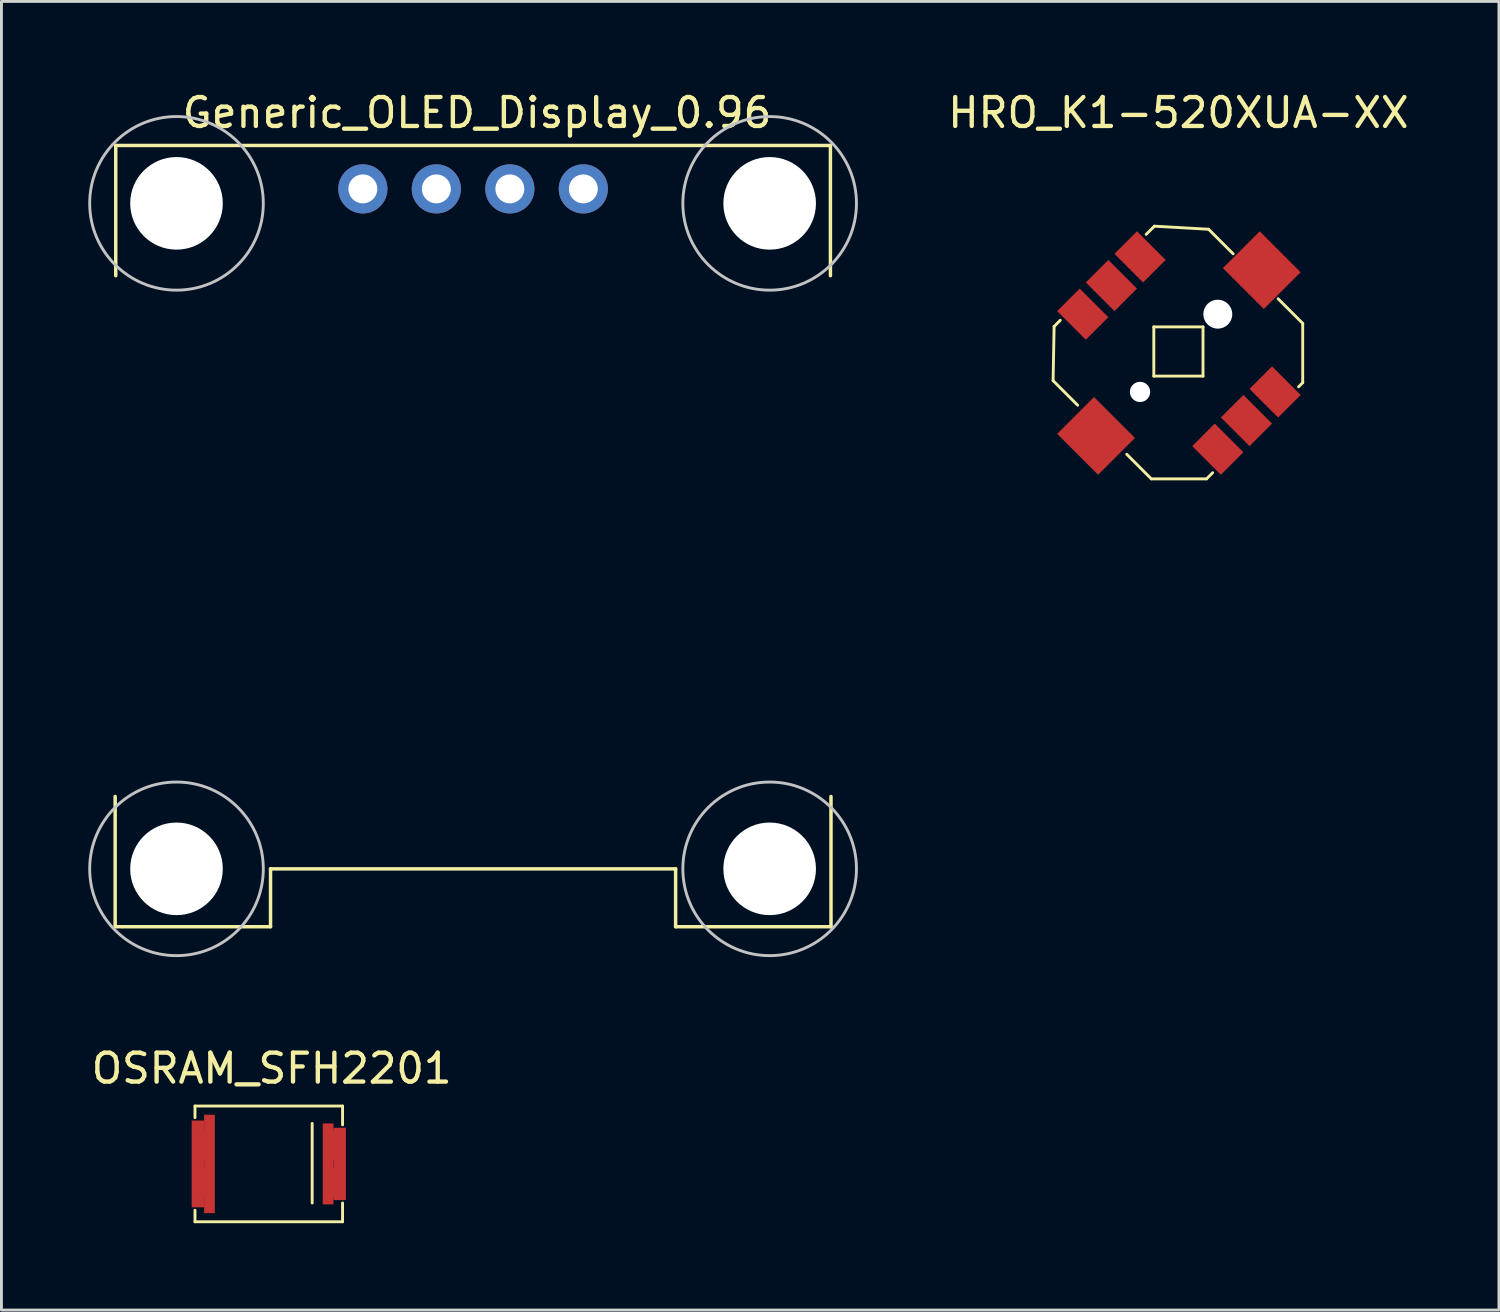
<source format=kicad_pcb>
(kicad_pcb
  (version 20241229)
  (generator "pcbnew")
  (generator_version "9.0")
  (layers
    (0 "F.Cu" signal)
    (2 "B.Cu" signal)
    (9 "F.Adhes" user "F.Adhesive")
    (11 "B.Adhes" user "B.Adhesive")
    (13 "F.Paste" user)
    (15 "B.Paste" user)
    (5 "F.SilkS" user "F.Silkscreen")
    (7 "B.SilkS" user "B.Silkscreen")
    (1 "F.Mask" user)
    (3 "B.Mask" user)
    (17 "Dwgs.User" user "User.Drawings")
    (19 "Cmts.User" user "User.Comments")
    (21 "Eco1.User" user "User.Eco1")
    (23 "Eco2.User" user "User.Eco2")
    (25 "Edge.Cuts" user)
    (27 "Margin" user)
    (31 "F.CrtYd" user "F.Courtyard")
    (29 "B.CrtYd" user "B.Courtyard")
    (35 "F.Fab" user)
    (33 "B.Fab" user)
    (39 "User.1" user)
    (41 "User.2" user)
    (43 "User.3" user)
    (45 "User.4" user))
  (footprint "Generic_OLED_Display_0.96"
    (layer "F.Cu")
    (at 13.3 15.478)
    (property "Reference" "Generic_OLED_Display_0.96" (at 0.135 -14.63 0) (layer "F.SilkS") (effects (font (size 1 1) (thickness 0.15))))
    (attr through_hole)
    (fp_line (start -12.37 13.5) (end -12.37 9) (stroke (width 0.12) (type solid)) (layer "F.SilkS"))
    (fp_line (start -12.35 -13.5) (end -12.35 -9) (stroke (width 0.12) (type solid)) (layer "F.SilkS"))
    (fp_line (start -7 11.5) (end 7 11.5) (stroke (width 0.12) (type solid)) (layer "F.SilkS"))
    (fp_line (start -7 13.5) (end -12.35 13.5) (stroke (width 0.12) (type solid)) (layer "F.SilkS"))
    (fp_line (start -7 13.5) (end -7 11.5) (stroke (width 0.12) (type solid)) (layer "F.SilkS"))
    (fp_line (start 7 11.5) (end 7 13.5) (stroke (width 0.12) (type solid)) (layer "F.SilkS"))
    (fp_line (start 7 13.5) (end 12.37 13.5) (stroke (width 0.12) (type solid)) (layer "F.SilkS"))
    (fp_line (start 12.35 -13.5) (end -12.35 -13.5) (stroke (width 0.12) (type solid)) (layer "F.SilkS"))
    (fp_line (start 12.35 -13.5) (end 12.35 -9) (stroke (width 0.12) (type solid)) (layer "F.SilkS"))
    (fp_line (start 12.37 13.5) (end 12.37 9) (stroke (width 0.12) (type solid)) (layer "F.SilkS"))
    (fp_circle (center -10.25 -11.5) (end -7.25 -11.5) (stroke (width 0.1) (type solid)) (fill no) (layer "Dwgs.User"))
    (fp_circle (center -10.25 11.5) (end -7.25 11.5) (stroke (width 0.1) (type solid)) (fill no) (layer "Dwgs.User"))
    (fp_circle (center 10.25 -11.5) (end 13.25 -11.5) (stroke (width 0.1) (type solid)) (fill no) (layer "Dwgs.User"))
    (fp_circle (center 10.25 11.5) (end 13.25 11.5) (stroke (width 0.1) (type solid)) (fill no) (layer "Dwgs.User"))
    (pad "" np_thru_hole circle (at -10.25 -11.5) (size 3.2 3.2) (drill 3.2) (layers "*.Cu" "*.Mask"))
    (pad "" np_thru_hole circle (at -10.25 11.5 180) (size 3.2 3.2) (drill 3.2) (layers "*.Cu" "*.Mask"))
    (pad "" np_thru_hole circle (at 10.25 -11.5) (size 3.2 3.2) (drill 3.2) (layers "*.Cu" "*.Mask"))
    (pad "" np_thru_hole circle (at 10.25 11.5 180) (size 3.2 3.2) (drill 3.2) (layers "*.Cu" "*.Mask"))
    (pad "1" thru_hole circle (at -3.81 -12) (size 1.7 1.7) (drill 1) (layers "*.Cu" "*.Mask"))
    (pad "2" thru_hole circle (at -1.27 -12) (size 1.7 1.7) (drill 1) (layers "*.Cu" "*.Mask"))
    (pad "3" thru_hole circle (at 1.27 -12) (size 1.7 1.7) (drill 1) (layers "*.Cu" "*.Mask"))
    (pad "4" thru_hole circle (at 3.81 -12) (size 1.7 1.7) (drill 1) (layers "*.Cu" "*.Mask")))
  (footprint "HRO_K1-520XUA-XX"
    (layer "F.Cu")
    (at 37.677 9.098)
    (property "Reference" "HRO_K1-520XUA-XX" (at 0 -8.25 0) (layer "F.SilkS") (effects (font (size 1 1) (thickness 0.15))))
    (attr through_hole)
    (fp_line (start -4.331 1.008) (end -3.483 1.856) (stroke (width 0.1) (type solid)) (layer "F.SilkS"))
    (fp_line (start -4.296 -0.866) (end -4.331 1.008) (stroke (width 0.1) (type solid)) (layer "F.SilkS"))
    (fp_line (start -4.084 -1.078) (end -4.296 -0.866) (stroke (width 0.1) (type solid)) (layer "F.SilkS"))
    (fp_line (start -1.785 3.553) (end -0.937 4.402) (stroke (width 0.1) (type solid)) (layer "F.SilkS"))
    (fp_line (start -0.937 4.402) (end 0.972 4.402) (stroke (width 0.1) (type solid)) (layer "F.SilkS"))
    (fp_line (start -0.85 -0.85) (end -0.85 0.85) (stroke (width 0.1) (type solid)) (layer "F.SilkS"))
    (fp_line (start -0.85 0.85) (end 0.85 0.85) (stroke (width 0.1) (type solid)) (layer "F.SilkS"))
    (fp_line (start -0.831 -4.331) (end -1.114 -4.048) (stroke (width 0.1) (type solid)) (layer "F.SilkS"))
    (fp_line (start -0.831 -4.331) (end 1.043 -4.225) (stroke (width 0.1) (type solid)) (layer "F.SilkS"))
    (fp_line (start 0.85 -0.85) (end -0.85 -0.85) (stroke (width 0.1) (type solid)) (layer "F.SilkS"))
    (fp_line (start 0.85 0.85) (end 0.85 -0.85) (stroke (width 0.1) (type solid)) (layer "F.SilkS"))
    (fp_line (start 0.972 4.402) (end 1.184 4.19) (stroke (width 0.1) (type solid)) (layer "F.SilkS"))
    (fp_line (start 1.043 -4.225) (end 1.892 -3.376) (stroke (width 0.1) (type solid)) (layer "F.SilkS"))
    (fp_line (start 3.447 -1.821) (end 4.296 -0.972) (stroke (width 0.1) (type solid)) (layer "F.SilkS"))
    (fp_line (start 4.154 1.22) (end 4.296 1.078) (stroke (width 0.1) (type solid)) (layer "F.SilkS"))
    (fp_line (start 4.296 -0.972) (end 4.296 1.078) (stroke (width 0.1) (type solid)) (layer "F.SilkS"))
    (pad "" smd rect (at -2.846 2.917 315) (size 2 1.8) (layers "F.Cu" "F.Mask" "F.Paste"))
    (pad "" np_thru_hole circle (at -1.326 1.397) (size 0.7 0.7) (drill 0.7) (layers "*.Cu" "*.Mask"))
    (pad "" np_thru_hole circle (at 1.361 -1.29) (size 1 1) (drill 1) (layers "*.Cu" "*.Mask"))
    (pad "" smd rect (at 2.881 -2.811 315) (size 2 1.8) (layers "F.Cu" "F.Mask" "F.Paste"))
    (pad "1" smd rect (at 1.361 3.376 315) (size 1.4 1.1) (layers "F.Cu" "F.Mask" "F.Paste"))
    (pad "2" smd rect (at 2.351 2.386 315) (size 1.4 1.1) (layers "F.Cu" "F.Mask" "F.Paste"))
    (pad "3" smd rect (at 3.341 1.397 315) (size 1.4 1.1) (layers "F.Cu" "F.Mask" "F.Paste"))
    (pad "4" smd rect (at -3.306 -1.29 315) (size 1.4 1.1) (layers "F.Cu" "F.Mask" "F.Paste"))
    (pad "5" smd rect (at -2.316 -2.28 315) (size 1.4 1.1) (layers "F.Cu" "F.Mask" "F.Paste"))
    (pad "6" smd rect (at -1.326 -3.27 315) (size 1.4 1.1) (layers "F.Cu" "F.Mask" "F.Paste")))
  (footprint "OSRAM_SFH2201"
    (layer "F.Cu")
    (at 6.239 37.176)
    (property "Reference" "OSRAM_SFH2201" (at 0.1 -3.3 0) (layer "F.SilkS") (effects (font (size 1 1) (thickness 0.15))))
    (attr through_hole)
    (fp_line (start -2.55 -2) (end 2.55 -2) (stroke (width 0.1) (type solid)) (layer "F.SilkS"))
    (fp_line (start -2.55 -1.6) (end -2.55 -2) (stroke (width 0.1) (type solid)) (layer "F.SilkS"))
    (fp_line (start -2.55 1.6) (end -2.55 2) (stroke (width 0.1) (type solid)) (layer "F.SilkS"))
    (fp_line (start -2.55 2) (end 2.55 2) (stroke (width 0.1) (type solid)) (layer "F.SilkS"))
    (fp_line (start 1.5 -1.4) (end 1.5 1.35) (stroke (width 0.1) (type solid)) (layer "F.SilkS"))
    (fp_line (start 2.55 -2) (end 2.55 -1.35) (stroke (width 0.1) (type solid)) (layer "F.SilkS"))
    (fp_line (start 2.55 2) (end 2.55 1.35) (stroke (width 0.1) (type solid)) (layer "F.SilkS"))
    (pad "1" smd rect (at -2.45 0) (size 0.43 3) (layers "F.Cu" "F.Mask"))
    (pad "1" smd rect (at -2.265 -0.65) (size 0.6 1) (layers "F.Cu" "F.Mask" "F.Paste"))
    (pad "1" smd rect (at -2.265 0.65) (size 0.6 1) (layers "F.Cu" "F.Mask" "F.Paste"))
    (pad "1" smd rect (at -2.05 0) (size 0.37 3.4) (layers "F.Cu" "F.Mask"))
    (pad "2" smd rect (at 2.05 0) (size 0.37 2.8) (layers "F.Cu" "F.Mask"))
    (pad "2" smd rect (at 2.265 -0.65) (size 0.6 1) (layers "F.Cu" "F.Mask" "F.Paste"))
    (pad "2" smd rect (at 2.265 0.65) (size 0.6 1) (layers "F.Cu" "F.Mask" "F.Paste"))
    (pad "2" smd rect (at 2.45 0) (size 0.43 2.5) (layers "F.Cu" "F.Mask")))
  (gr_rect
    (start -3 -3)
    (end 48.755 42.227)
    (stroke (width 0.1) (type default))
    (fill no)
    (layer "Edge.Cuts")))
</source>
